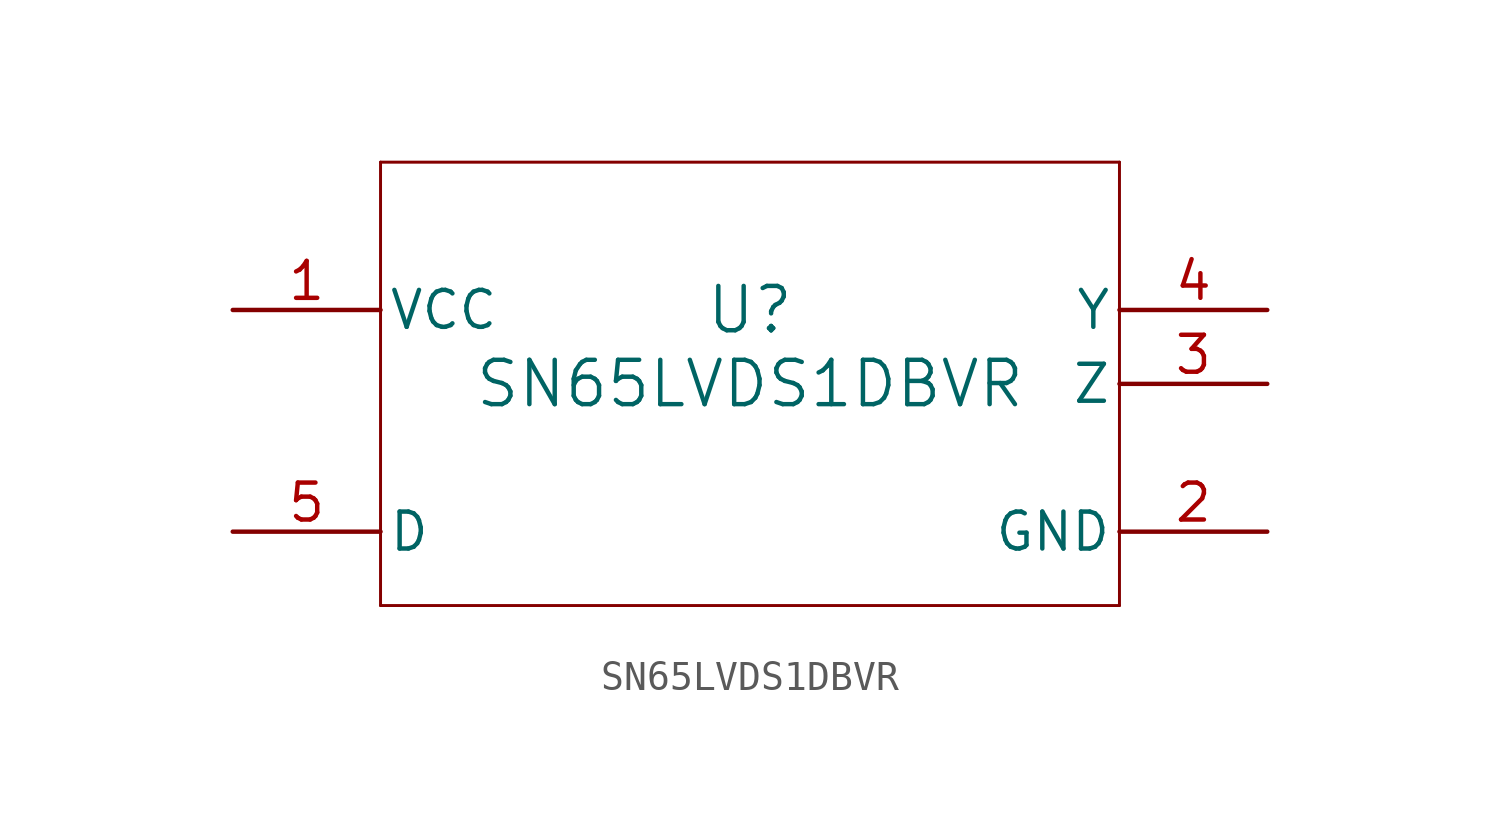
<source format=kicad_sym>
(kicad_symbol_lib
  (version 20211014)
  (generator kicad_symbol_editor)
  (symbol "SN65LVDS1DBVR"
    (pin_names
      (offset 0.254))
    (property "Reference" "U"
      (at 0 2.54 0)
      (effects (font (size 1.524 1.524))))
    (property "Value" "SN65LVDS1DBVR"
      (at 0 0 0)
      (effects (font (size 1.524 1.524))))
    (symbol "SN65LVDS1DBVR_0_1"
      (polyline (pts (xy -12.7 -7.62) (xy 12.7 -7.62)) (stroke (width 0.102) (type default) (color 0 0 0 0)) (fill (type none)))
      (polyline (pts (xy 12.7 -7.62) (xy 12.7 7.62)) (stroke (width 0.102) (type default) (color 0 0 0 0)) (fill (type none)))
      (polyline (pts (xy 12.7 7.62) (xy -12.7 7.62)) (stroke (width 0.102) (type default) (color 0 0 0 0)) (fill (type none)))
      (polyline (pts (xy -12.7 7.62) (xy -12.7 -7.62)) (stroke (width 0.102) (type default) (color 0 0 0 0)) (fill (type none)))
      (pin unspecified line (at -17.78 2.54 0) (length 5.08) (name "VCC" (effects (font (size 1.27 1.27)))) (number "1" (effects (font (size 1.27 1.27)))))
      (pin power_in line (at 17.78 -5.08 180) (length 5.08) (name "GND" (effects (font (size 1.27 1.27)))) (number "2" (effects (font (size 1.27 1.27)))))
      (pin output line (at 17.78 0 180) (length 5.08) (name "Z" (effects (font (size 1.27 1.27)))) (number "3" (effects (font (size 1.27 1.27)))))
      (pin output line (at 17.78 2.54 180) (length 5.08) (name "Y" (effects (font (size 1.27 1.27)))) (number "4" (effects (font (size 1.27 1.27)))))
      (pin input line (at -17.78 -5.08 0) (length 5.08) (name "D" (effects (font (size 1.27 1.27)))) (number "5" (effects (font (size 1.27 1.27))))))))
</source>
